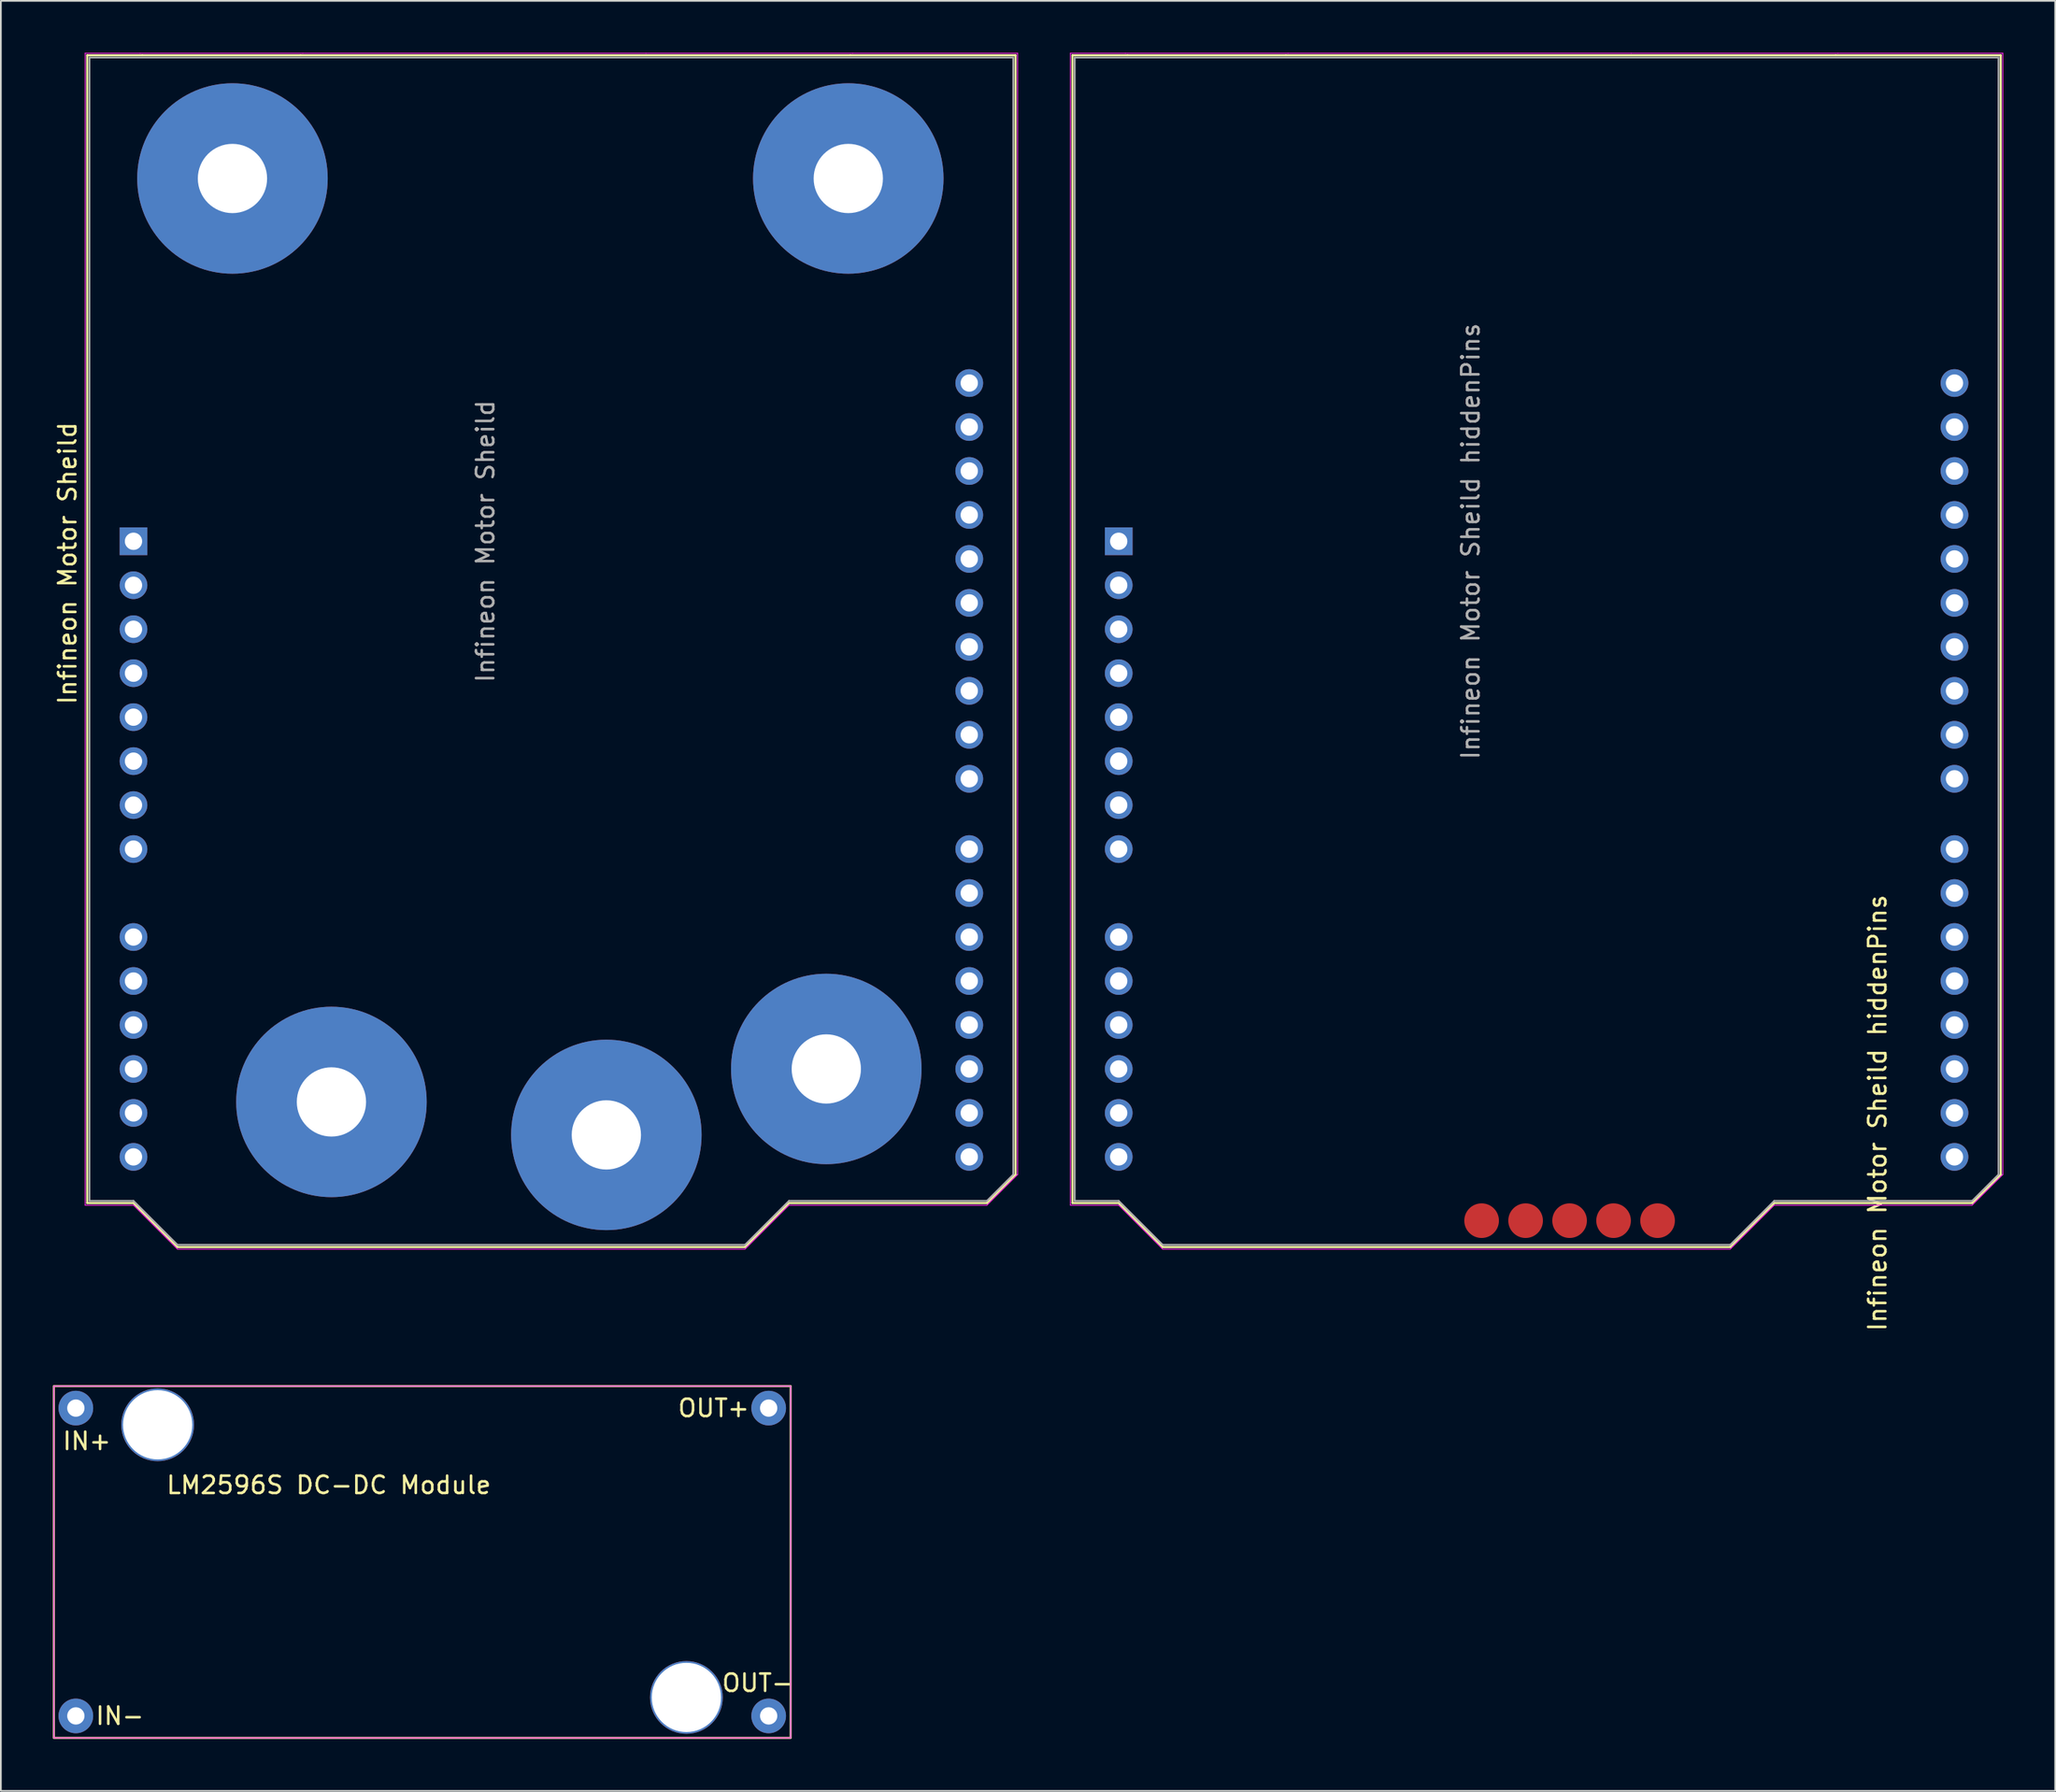
<source format=kicad_pcb>
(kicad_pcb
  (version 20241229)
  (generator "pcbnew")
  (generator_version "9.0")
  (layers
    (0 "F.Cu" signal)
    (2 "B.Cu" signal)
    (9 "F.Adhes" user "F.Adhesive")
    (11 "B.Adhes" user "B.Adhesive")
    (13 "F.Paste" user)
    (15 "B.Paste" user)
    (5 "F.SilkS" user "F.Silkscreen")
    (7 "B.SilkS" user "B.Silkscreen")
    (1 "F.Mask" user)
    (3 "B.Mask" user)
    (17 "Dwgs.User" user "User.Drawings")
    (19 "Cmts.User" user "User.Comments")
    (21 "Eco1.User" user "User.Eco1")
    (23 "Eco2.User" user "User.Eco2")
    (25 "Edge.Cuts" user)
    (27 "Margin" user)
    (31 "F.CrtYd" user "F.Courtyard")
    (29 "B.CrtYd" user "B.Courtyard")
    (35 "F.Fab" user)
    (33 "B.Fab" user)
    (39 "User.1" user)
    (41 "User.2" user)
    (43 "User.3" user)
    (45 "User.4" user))
  (footprint "Infineon Motor Sheild hiddenPins"
    (layer "F.Cu")
    (at 81.233 8.53)
    (property "Reference" "Infineon Motor Sheild hiddenPins" (at 24.13 52.705 90) (layer "F.SilkS") (effects (font (size 1 1) (thickness 0.15))))
    (attr through_hole)
    (fp_line (start -22.355 -8.385) (end -19.175 -8.385) (stroke (width 0.12) (type solid)) (layer "F.SilkS"))
    (fp_line (start -22.355 57.915) (end -22.355 -8.385) (stroke (width 0.12) (type solid)) (layer "F.SilkS"))
    (fp_line (start -19.685 57.915) (end -22.355 57.915) (stroke (width 0.12) (type solid)) (layer "F.SilkS"))
    (fp_line (start -19.175 -8.385) (end -10.035 -8.385) (stroke (width 0.12) (type solid)) (layer "F.SilkS"))
    (fp_line (start -17.145 60.455) (end -19.685 57.915) (stroke (width 0.12) (type solid)) (layer "F.SilkS"))
    (fp_line (start -10.035 -8.385) (end 21.715 -8.385) (stroke (width 0.12) (type solid)) (layer "F.SilkS"))
    (fp_line (start 15.625 60.455) (end -17.145 60.455) (stroke (width 0.12) (type solid)) (layer "F.SilkS"))
    (fp_line (start 18.165 57.915) (end 15.625 60.455) (stroke (width 0.12) (type solid)) (layer "F.SilkS"))
    (fp_line (start 21.715 -8.385) (end 31.245 -8.385) (stroke (width 0.12) (type solid)) (layer "F.SilkS"))
    (fp_line (start 29.595 57.915) (end 18.165 57.915) (stroke (width 0.12) (type solid)) (layer "F.SilkS"))
    (fp_line (start 31.245 -8.385) (end 31.245 56.265) (stroke (width 0.12) (type solid)) (layer "F.SilkS"))
    (fp_line (start 31.245 56.265) (end 29.595 57.915) (stroke (width 0.12) (type solid)) (layer "F.SilkS"))
    (fp_line (start -22.475 -8.505) (end -22.475 58.035) (stroke (width 0.05) (type solid)) (layer "F.CrtYd"))
    (fp_line (start -22.475 58.035) (end -19.685 58.035) (stroke (width 0.05) (type solid)) (layer "F.CrtYd"))
    (fp_line (start -19.685 58.035) (end -17.145 60.575) (stroke (width 0.05) (type solid)) (layer "F.CrtYd"))
    (fp_line (start -19.305 -8.505) (end -22.475 -8.505) (stroke (width 0.05) (type solid)) (layer "F.CrtYd"))
    (fp_line (start -17.145 60.575) (end 15.625 60.575) (stroke (width 0.05) (type solid)) (layer "F.CrtYd"))
    (fp_line (start -9.905 -8.505) (end -19.305 -8.505) (stroke (width 0.05) (type solid)) (layer "F.CrtYd"))
    (fp_line (start 9.905 -8.505) (end -9.905 -8.505) (stroke (width 0.05) (type solid)) (layer "F.CrtYd"))
    (fp_line (start 15.625 60.575) (end 18.165 58.035) (stroke (width 0.05) (type solid)) (layer "F.CrtYd"))
    (fp_line (start 18.165 58.035) (end 29.595 58.035) (stroke (width 0.05) (type solid)) (layer "F.CrtYd"))
    (fp_line (start 21.845 -8.505) (end 9.905 -8.505) (stroke (width 0.05) (type solid)) (layer "F.CrtYd"))
    (fp_line (start 29.595 58.035) (end 31.365 56.265) (stroke (width 0.05) (type solid)) (layer "F.CrtYd"))
    (fp_line (start 31.365 -8.505) (end 21.845 -8.505) (stroke (width 0.05) (type solid)) (layer "F.CrtYd"))
    (fp_line (start 31.365 56.265) (end 31.365 -8.505) (stroke (width 0.05) (type solid)) (layer "F.CrtYd"))
    (fp_line (start -22.225 -8.255) (end -22.225 57.785) (stroke (width 0.1) (type solid)) (layer "F.Fab"))
    (fp_line (start -22.225 57.785) (end -19.685 57.785) (stroke (width 0.1) (type solid)) (layer "F.Fab"))
    (fp_line (start -19.685 57.785) (end -17.145 60.325) (stroke (width 0.1) (type solid)) (layer "F.Fab"))
    (fp_line (start -17.145 60.325) (end 15.625 60.325) (stroke (width 0.1) (type solid)) (layer "F.Fab"))
    (fp_line (start 15.625 60.325) (end 18.165 57.785) (stroke (width 0.1) (type solid)) (layer "F.Fab"))
    (fp_line (start 18.165 57.785) (end 29.595 57.785) (stroke (width 0.1) (type solid)) (layer "F.Fab"))
    (fp_line (start 29.595 57.785) (end 31.115 56.265) (stroke (width 0.1) (type solid)) (layer "F.Fab"))
    (fp_line (start 31.115 -8.255) (end -22.225 -8.255) (stroke (width 0.1) (type solid)) (layer "F.Fab"))
    (fp_line (start 31.115 56.265) (end 31.115 -8.255) (stroke (width 0.1) (type solid)) (layer "F.Fab"))
    (fp_text user "${REFERENCE}" (at 0.635 19.685 90) (layer "F.Fab") (effects (font (size 1 1) (thickness 0.15))))
    (pad "1" thru_hole rect (at -19.685 19.685) (size 1.6 1.6) (drill 1) (layers "*.Cu" "*.Mask"))
    (pad "2" thru_hole oval (at -19.685 22.225) (size 1.6 1.6) (drill 1) (layers "*.Cu" "*.Mask"))
    (pad "3" thru_hole oval (at -19.685 24.765) (size 1.6 1.6) (drill 1) (layers "*.Cu" "*.Mask"))
    (pad "4" thru_hole oval (at -19.685 27.305) (size 1.6 1.6) (drill 1) (layers "*.Cu" "*.Mask"))
    (pad "5" thru_hole oval (at -19.685 29.845) (size 1.6 1.6) (drill 1) (layers "*.Cu" "*.Mask"))
    (pad "6" thru_hole oval (at -19.685 32.385) (size 1.6 1.6) (drill 1) (layers "*.Cu" "*.Mask"))
    (pad "7" thru_hole oval (at -19.685 34.925) (size 1.6 1.6) (drill 1) (layers "*.Cu" "*.Mask"))
    (pad "8" thru_hole oval (at -19.685 37.465) (size 1.6 1.6) (drill 1) (layers "*.Cu" "*.Mask"))
    (pad "9" thru_hole oval (at -19.685 42.545) (size 1.6 1.6) (drill 1) (layers "*.Cu" "*.Mask"))
    (pad "10" thru_hole oval (at -19.685 45.085) (size 1.6 1.6) (drill 1) (layers "*.Cu" "*.Mask"))
    (pad "11" thru_hole oval (at -19.685 47.625) (size 1.6 1.6) (drill 1) (layers "*.Cu" "*.Mask"))
    (pad "12" thru_hole oval (at -19.685 50.165) (size 1.6 1.6) (drill 1) (layers "*.Cu" "*.Mask"))
    (pad "13" thru_hole oval (at -19.685 52.705) (size 1.6 1.6) (drill 1) (layers "*.Cu" "*.Mask"))
    (pad "14" thru_hole oval (at -19.685 55.245) (size 1.6 1.6) (drill 1) (layers "*.Cu" "*.Mask"))
    (pad "15" thru_hole oval (at 28.575 55.245) (size 1.6 1.6) (drill 1) (layers "*.Cu" "*.Mask"))
    (pad "16" thru_hole oval (at 28.575 52.705) (size 1.6 1.6) (drill 1) (layers "*.Cu" "*.Mask"))
    (pad "17" thru_hole oval (at 28.575 50.165) (size 1.6 1.6) (drill 1) (layers "*.Cu" "*.Mask"))
    (pad "18" thru_hole oval (at 28.575 47.625) (size 1.6 1.6) (drill 1) (layers "*.Cu" "*.Mask"))
    (pad "19" thru_hole oval (at 28.575 45.085) (size 1.6 1.6) (drill 1) (layers "*.Cu" "*.Mask"))
    (pad "20" thru_hole oval (at 28.575 42.545) (size 1.6 1.6) (drill 1) (layers "*.Cu" "*.Mask"))
    (pad "21" thru_hole oval (at 28.575 40.005) (size 1.6 1.6) (drill 1) (layers "*.Cu" "*.Mask"))
    (pad "22" thru_hole oval (at 28.575 37.465) (size 1.6 1.6) (drill 1) (layers "*.Cu" "*.Mask"))
    (pad "23" thru_hole oval (at 28.575 33.405) (size 1.6 1.6) (drill 1) (layers "*.Cu" "*.Mask"))
    (pad "24" thru_hole oval (at 28.575 30.865) (size 1.6 1.6) (drill 1) (layers "*.Cu" "*.Mask"))
    (pad "25" thru_hole oval (at 28.575 28.325) (size 1.6 1.6) (drill 1) (layers "*.Cu" "*.Mask"))
    (pad "26" thru_hole oval (at 28.575 25.785) (size 1.6 1.6) (drill 1) (layers "*.Cu" "*.Mask"))
    (pad "27" thru_hole oval (at 28.575 23.245) (size 1.6 1.6) (drill 1) (layers "*.Cu" "*.Mask"))
    (pad "28" thru_hole oval (at 28.575 20.705) (size 1.6 1.6) (drill 1) (layers "*.Cu" "*.Mask"))
    (pad "29" thru_hole oval (at 28.575 18.165) (size 1.6 1.6) (drill 1) (layers "*.Cu" "*.Mask"))
    (pad "30" thru_hole oval (at 28.575 15.625) (size 1.6 1.6) (drill 1) (layers "*.Cu" "*.Mask"))
    (pad "31" thru_hole oval (at 28.575 13.085) (size 1.6 1.6) (drill 1) (layers "*.Cu" "*.Mask"))
    (pad "32" thru_hole oval (at 28.575 10.545) (size 1.6 1.6) (drill 1) (layers "*.Cu" "*.Mask"))
    (pad "33" smd circle (at 11.43 58.928 90) (size 2 2) (layers "F.Cu" "F.Mask" "F.Paste"))
    (pad "34" smd circle (at 8.89 58.928 90) (size 2 2) (layers "F.Cu" "F.Mask" "F.Paste"))
    (pad "35" smd circle (at 6.35 58.928 90) (size 2 2) (layers "F.Cu" "F.Mask" "F.Paste"))
    (pad "36" smd circle (at 3.81 58.928 90) (size 2 2) (layers "F.Cu" "F.Mask" "F.Paste"))
    (pad "37" smd circle (at 1.27 58.928 90) (size 2 2) (layers "F.Cu" "F.Mask" "F.Paste")))
  (footprint "LM2596S DC-DC Module"
    (layer "F.Cu")
    (at 20.38 83.365)
    (property "Reference" "LM2596S DC-DC Module" (at -4.445 -0.635 0) (layer "F.SilkS") (effects (font (size 1 1) (thickness 0.15))))
    (attr smd)
    (fp_rect (start -20.32 -6.35) (end 22.225 13.97) (stroke (width 0.12) (type solid)) (fill no) (layer "F.SilkS"))
    (fp_rect (start -20.32 -6.35) (end 22.225 13.97) (stroke (width 0.05) (type solid)) (fill no) (layer "F.CrtYd"))
    (fp_text user "OUT-" (at 20.32 10.795 0) (unlocked yes) (layer "F.SilkS") (effects (font (size 1 1) (thickness 0.15))))
    (fp_text user "OUT+" (at 17.78 -5.08 0) (unlocked yes) (layer "F.SilkS") (effects (font (size 1 1) (thickness 0.15))))
    (fp_text user "IN+" (at -18.415 -3.175 0) (unlocked yes) (layer "F.SilkS") (effects (font (size 1 1) (thickness 0.15))))
    (fp_text user "IN-" (at -16.51 12.7 0) (unlocked yes) (layer "F.SilkS") (effects (font (size 1 1) (thickness 0.15))))
    (pad "" np_thru_hole circle (at -14.326 -4.115) (size 4.2 4.2) (drill 4) (layers "*.Cu" "*.Mask"))
    (pad "" np_thru_hole circle (at 16.205 11.633) (size 4.2 4.2) (drill 4) (layers "*.Cu" "*.Mask"))
    (pad "1" thru_hole circle (at -19.05 12.7) (size 2 2) (drill 1) (layers "*.Cu" "*.Mask"))
    (pad "2" thru_hole circle (at -19.05 -5.08) (size 2 2) (drill 1) (layers "*.Cu" "*.Mask"))
    (pad "3" thru_hole circle (at 20.955 12.7) (size 2 2) (drill 1) (layers "*.Cu" "*.Mask"))
    (pad "4" thru_hole circle (at 20.955 -5.08) (size 2 2) (drill 1) (layers "*.Cu" "*.Mask")))
  (footprint "Infineon Motor Sheild"
    (layer "F.Cu")
    (at 24.343 8.53)
    (property "Reference" "Infineon Motor Sheild" (at -23.495 20.955 90) (layer "F.SilkS") (effects (font (size 1 1) (thickness 0.15))))
    (attr through_hole)
    (fp_line (start -22.355 -8.385) (end -19.175 -8.385) (stroke (width 0.12) (type solid)) (layer "F.SilkS"))
    (fp_line (start -22.355 57.915) (end -22.355 -8.385) (stroke (width 0.12) (type solid)) (layer "F.SilkS"))
    (fp_line (start -19.685 57.915) (end -22.355 57.915) (stroke (width 0.12) (type solid)) (layer "F.SilkS"))
    (fp_line (start -19.175 -8.385) (end -10.035 -8.385) (stroke (width 0.12) (type solid)) (layer "F.SilkS"))
    (fp_line (start -17.145 60.455) (end -19.685 57.915) (stroke (width 0.12) (type solid)) (layer "F.SilkS"))
    (fp_line (start -10.035 -8.385) (end 21.715 -8.385) (stroke (width 0.12) (type solid)) (layer "F.SilkS"))
    (fp_line (start 15.625 60.455) (end -17.145 60.455) (stroke (width 0.12) (type solid)) (layer "F.SilkS"))
    (fp_line (start 18.165 57.915) (end 15.625 60.455) (stroke (width 0.12) (type solid)) (layer "F.SilkS"))
    (fp_line (start 21.715 -8.385) (end 31.245 -8.385) (stroke (width 0.12) (type solid)) (layer "F.SilkS"))
    (fp_line (start 29.595 57.915) (end 18.165 57.915) (stroke (width 0.12) (type solid)) (layer "F.SilkS"))
    (fp_line (start 31.245 -8.385) (end 31.245 56.265) (stroke (width 0.12) (type solid)) (layer "F.SilkS"))
    (fp_line (start 31.245 56.265) (end 29.595 57.915) (stroke (width 0.12) (type solid)) (layer "F.SilkS"))
    (fp_line (start -22.475 -8.505) (end -22.475 58.035) (stroke (width 0.05) (type solid)) (layer "F.CrtYd"))
    (fp_line (start -22.475 58.035) (end -19.685 58.035) (stroke (width 0.05) (type solid)) (layer "F.CrtYd"))
    (fp_line (start -19.685 58.035) (end -17.145 60.575) (stroke (width 0.05) (type solid)) (layer "F.CrtYd"))
    (fp_line (start -19.305 -8.505) (end -22.475 -8.505) (stroke (width 0.05) (type solid)) (layer "F.CrtYd"))
    (fp_line (start -17.145 60.575) (end 15.625 60.575) (stroke (width 0.05) (type solid)) (layer "F.CrtYd"))
    (fp_line (start -9.905 -8.505) (end -19.305 -8.505) (stroke (width 0.05) (type solid)) (layer "F.CrtYd"))
    (fp_line (start 9.905 -8.505) (end -9.905 -8.505) (stroke (width 0.05) (type solid)) (layer "F.CrtYd"))
    (fp_line (start 15.625 60.575) (end 18.165 58.035) (stroke (width 0.05) (type solid)) (layer "F.CrtYd"))
    (fp_line (start 18.165 58.035) (end 29.595 58.035) (stroke (width 0.05) (type solid)) (layer "F.CrtYd"))
    (fp_line (start 21.845 -8.505) (end 9.905 -8.505) (stroke (width 0.05) (type solid)) (layer "F.CrtYd"))
    (fp_line (start 29.595 58.035) (end 31.365 56.265) (stroke (width 0.05) (type solid)) (layer "F.CrtYd"))
    (fp_line (start 31.365 -8.505) (end 21.845 -8.505) (stroke (width 0.05) (type solid)) (layer "F.CrtYd"))
    (fp_line (start 31.365 56.265) (end 31.365 -8.505) (stroke (width 0.05) (type solid)) (layer "F.CrtYd"))
    (fp_line (start -22.225 -8.255) (end -22.225 57.785) (stroke (width 0.1) (type solid)) (layer "F.Fab"))
    (fp_line (start -22.225 57.785) (end -19.685 57.785) (stroke (width 0.1) (type solid)) (layer "F.Fab"))
    (fp_line (start -19.685 57.785) (end -17.145 60.325) (stroke (width 0.1) (type solid)) (layer "F.Fab"))
    (fp_line (start -17.145 60.325) (end 15.625 60.325) (stroke (width 0.1) (type solid)) (layer "F.Fab"))
    (fp_line (start 15.625 60.325) (end 18.165 57.785) (stroke (width 0.1) (type solid)) (layer "F.Fab"))
    (fp_line (start 18.165 57.785) (end 29.595 57.785) (stroke (width 0.1) (type solid)) (layer "F.Fab"))
    (fp_line (start 29.595 57.785) (end 31.115 56.265) (stroke (width 0.1) (type solid)) (layer "F.Fab"))
    (fp_line (start 31.115 -8.255) (end -22.225 -8.255) (stroke (width 0.1) (type solid)) (layer "F.Fab"))
    (fp_line (start 31.115 56.265) (end 31.115 -8.255) (stroke (width 0.1) (type solid)) (layer "F.Fab"))
    (fp_text user "${REFERENCE}" (at 0.635 19.685 90) (layer "F.Fab") (effects (font (size 1 1) (thickness 0.15))))
    (pad "1" thru_hole rect (at -19.685 19.685) (size 1.6 1.6) (drill 1) (layers "*.Cu" "*.Mask"))
    (pad "2" thru_hole oval (at -19.685 22.225) (size 1.6 1.6) (drill 1) (layers "*.Cu" "*.Mask"))
    (pad "3" thru_hole oval (at -19.685 24.765) (size 1.6 1.6) (drill 1) (layers "*.Cu" "*.Mask"))
    (pad "4" thru_hole oval (at -19.685 27.305) (size 1.6 1.6) (drill 1) (layers "*.Cu" "*.Mask"))
    (pad "5" thru_hole oval (at -19.685 29.845) (size 1.6 1.6) (drill 1) (layers "*.Cu" "*.Mask"))
    (pad "6" thru_hole oval (at -19.685 32.385) (size 1.6 1.6) (drill 1) (layers "*.Cu" "*.Mask"))
    (pad "7" thru_hole oval (at -19.685 34.925) (size 1.6 1.6) (drill 1) (layers "*.Cu" "*.Mask"))
    (pad "8" thru_hole oval (at -19.685 37.465) (size 1.6 1.6) (drill 1) (layers "*.Cu" "*.Mask"))
    (pad "9" thru_hole oval (at -19.685 42.545) (size 1.6 1.6) (drill 1) (layers "*.Cu" "*.Mask"))
    (pad "10" thru_hole oval (at -19.685 45.085) (size 1.6 1.6) (drill 1) (layers "*.Cu" "*.Mask"))
    (pad "11" thru_hole oval (at -19.685 47.625) (size 1.6 1.6) (drill 1) (layers "*.Cu" "*.Mask"))
    (pad "12" thru_hole oval (at -19.685 50.165) (size 1.6 1.6) (drill 1) (layers "*.Cu" "*.Mask"))
    (pad "13" thru_hole oval (at -19.685 52.705) (size 1.6 1.6) (drill 1) (layers "*.Cu" "*.Mask"))
    (pad "14" thru_hole oval (at -19.685 55.245) (size 1.6 1.6) (drill 1) (layers "*.Cu" "*.Mask"))
    (pad "15" thru_hole oval (at 28.575 55.245) (size 1.6 1.6) (drill 1) (layers "*.Cu" "*.Mask"))
    (pad "16" thru_hole oval (at 28.575 52.705) (size 1.6 1.6) (drill 1) (layers "*.Cu" "*.Mask"))
    (pad "17" thru_hole oval (at 28.575 50.165) (size 1.6 1.6) (drill 1) (layers "*.Cu" "*.Mask"))
    (pad "18" thru_hole oval (at 28.575 47.625) (size 1.6 1.6) (drill 1) (layers "*.Cu" "*.Mask"))
    (pad "19" thru_hole oval (at 28.575 45.085) (size 1.6 1.6) (drill 1) (layers "*.Cu" "*.Mask"))
    (pad "20" thru_hole oval (at 28.575 42.545) (size 1.6 1.6) (drill 1) (layers "*.Cu" "*.Mask"))
    (pad "21" thru_hole oval (at 28.575 40.005) (size 1.6 1.6) (drill 1) (layers "*.Cu" "*.Mask"))
    (pad "22" thru_hole oval (at 28.575 37.465) (size 1.6 1.6) (drill 1) (layers "*.Cu" "*.Mask"))
    (pad "23" thru_hole oval (at 28.575 33.405) (size 1.6 1.6) (drill 1) (layers "*.Cu" "*.Mask"))
    (pad "24" thru_hole oval (at 28.575 30.865) (size 1.6 1.6) (drill 1) (layers "*.Cu" "*.Mask"))
    (pad "25" thru_hole oval (at 28.575 28.325) (size 1.6 1.6) (drill 1) (layers "*.Cu" "*.Mask"))
    (pad "26" thru_hole oval (at 28.575 25.785) (size 1.6 1.6) (drill 1) (layers "*.Cu" "*.Mask"))
    (pad "27" thru_hole oval (at 28.575 23.245) (size 1.6 1.6) (drill 1) (layers "*.Cu" "*.Mask"))
    (pad "28" thru_hole oval (at 28.575 20.705) (size 1.6 1.6) (drill 1) (layers "*.Cu" "*.Mask"))
    (pad "29" thru_hole oval (at 28.575 18.165) (size 1.6 1.6) (drill 1) (layers "*.Cu" "*.Mask"))
    (pad "30" thru_hole oval (at 28.575 15.625) (size 1.6 1.6) (drill 1) (layers "*.Cu" "*.Mask"))
    (pad "31" thru_hole oval (at 28.575 13.085) (size 1.6 1.6) (drill 1) (layers "*.Cu" "*.Mask"))
    (pad "32" thru_hole oval (at 28.575 10.545) (size 1.6 1.6) (drill 1) (layers "*.Cu" "*.Mask"))
    (pad "33" thru_hole circle (at -13.97 -1.27) (size 11 11) (drill 4) (layers "*.Cu" "*.Mask"))
    (pad "34" thru_hole circle (at 21.59 -1.27) (size 11 11) (drill 4) (layers "*.Cu" "*.Mask"))
    (pad "35" thru_hole circle (at -8.255 52.07) (size 11 11) (drill 4) (layers "*.Cu" "*.Mask"))
    (pad "36" thru_hole circle (at 7.62 53.975) (size 11 11) (drill 4) (layers "*.Cu" "*.Mask"))
    (pad "37" thru_hole circle (at 20.32 50.165) (size 11 11) (drill 4) (layers "*.Cu" "*.Mask")))
  (gr_rect
    (start -3 -3)
    (end 115.623 100.395)
    (stroke (width 0.1) (type default))
    (fill no)
    (layer "Edge.Cuts")))
</source>
